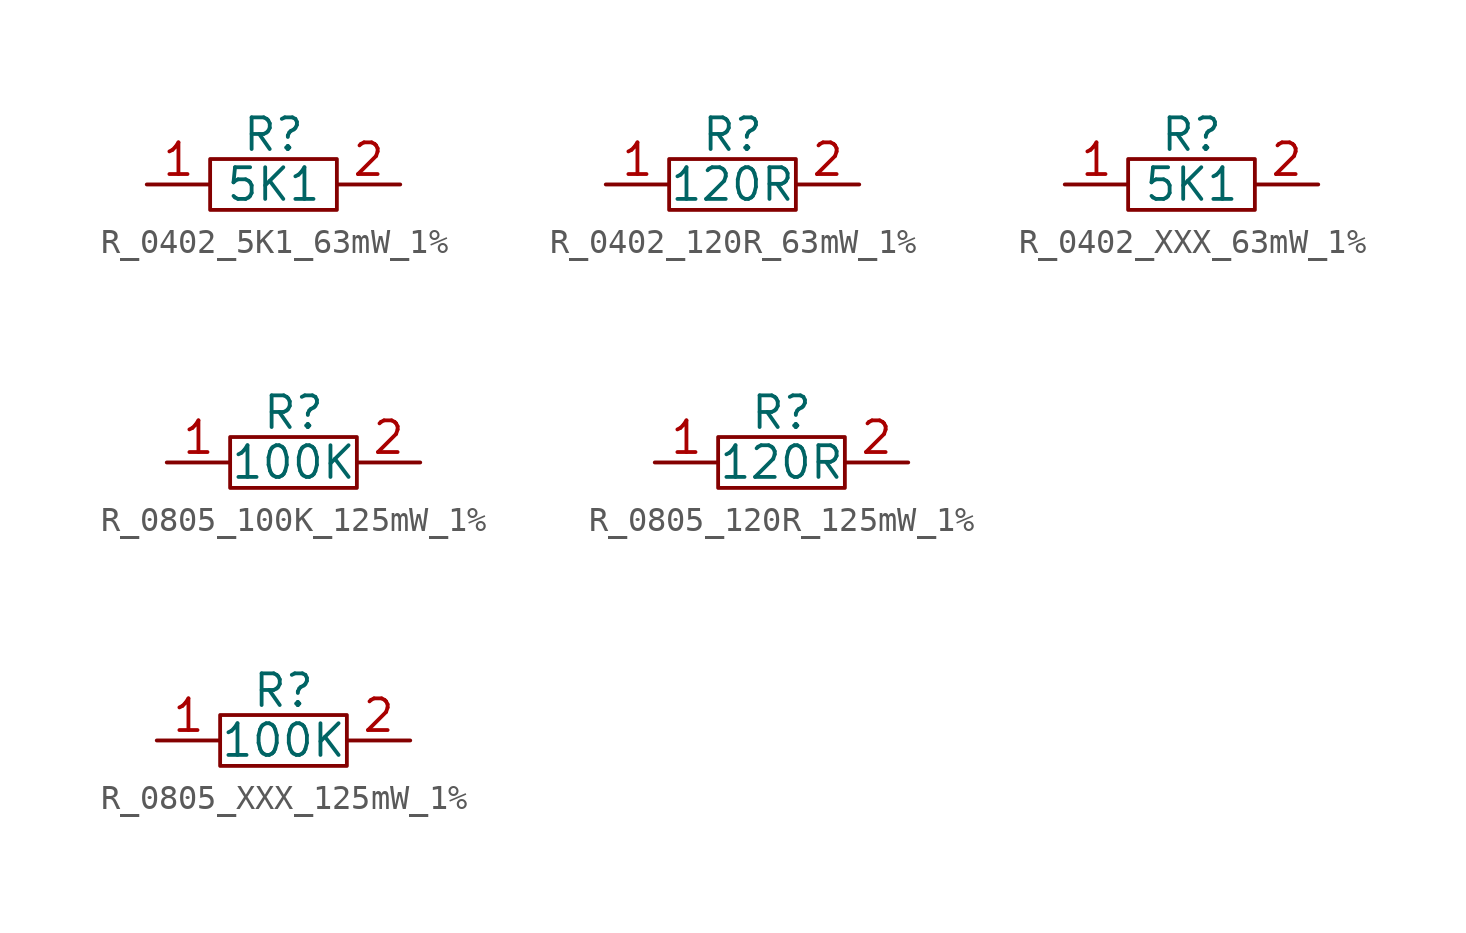
<source format=kicad_sym>
(kicad_symbol_lib
  (version 20220914)
  (generator kicad_symbol_editor)
  (symbol "R_0402_5K1_63mW_1%"
    (property "Reference" "R"
      (at 0 2 0)
      (do_not_autoplace)
      (effects (font (size 1.27 1.27))))
    (property "Value" "5K1"
      (at 0 0 0)
      (do_not_autoplace)
      (effects (font (size 1.27 1.27))))
    (symbol "R_0402_5K1_63mW_1%_1_1"
      (rectangle (start -2.54 1.02) (end 2.54 -1.02) (stroke (width 0) (type default)) (fill (type none)))
      (pin input line (at -5.08 0 0) (length 2.54) (name "~" (effects (font (size 1.27 1.27)))) (number "1" (effects (font (size 1.27 1.27)))))
      (pin input line (at 5.08 0 180) (length 2.54) (name "~" (effects (font (size 1.27 1.27)))) (number "2" (effects (font (size 1.27 1.27)))))))
  (symbol "R_0402_120R_63mW_1%"
    (property "Reference" "R"
      (at 0 2 0)
      (do_not_autoplace)
      (effects (font (size 1.27 1.27))))
    (property "Value" "120R"
      (at 0 0 0)
      (do_not_autoplace)
      (effects (font (size 1.27 1.27))))
    (symbol "R_0402_120R_63mW_1%_1_1"
      (rectangle (start -2.54 1.02) (end 2.54 -1.02) (stroke (width 0) (type default)) (fill (type none)))
      (pin input line (at -5.08 0 0) (length 2.54) (name "~" (effects (font (size 1.27 1.27)))) (number "1" (effects (font (size 1.27 1.27)))))
      (pin input line (at 5.08 0 180) (length 2.54) (name "~" (effects (font (size 1.27 1.27)))) (number "2" (effects (font (size 1.27 1.27)))))))
  (symbol "R_0402_XXX_63mW_1%"
    (property "Reference" "R"
      (at 0 2 0)
      (do_not_autoplace)
      (effects (font (size 1.27 1.27))))
    (property "Value" "5K1"
      (at 0 0 0)
      (do_not_autoplace)
      (effects (font (size 1.27 1.27))))
    (symbol "R_0402_XXX_63mW_1%_1_1"
      (rectangle (start -2.54 1.02) (end 2.54 -1.02) (stroke (width 0) (type default)) (fill (type none)))
      (pin input line (at -5.08 0 0) (length 2.54) (name "~" (effects (font (size 1.27 1.27)))) (number "1" (effects (font (size 1.27 1.27)))))
      (pin input line (at 5.08 0 180) (length 2.54) (name "~" (effects (font (size 1.27 1.27)))) (number "2" (effects (font (size 1.27 1.27)))))))
  (symbol "R_0805_100K_125mW_1%"
    (property "Reference" "R"
      (at 0 2 0)
      (do_not_autoplace)
      (effects (font (size 1.27 1.27))))
    (property "Value" "100K"
      (at 0 0 0)
      (do_not_autoplace)
      (effects (font (size 1.27 1.27))))
    (symbol "R_0805_100K_125mW_1%_1_1"
      (rectangle (start -2.54 1.02) (end 2.54 -1.02) (stroke (width 0) (type default)) (fill (type none)))
      (pin input line (at -5.08 0 0) (length 2.54) (name "~" (effects (font (size 1.27 1.27)))) (number "1" (effects (font (size 1.27 1.27)))))
      (pin input line (at 5.08 0 180) (length 2.54) (name "~" (effects (font (size 1.27 1.27)))) (number "2" (effects (font (size 1.27 1.27)))))))
  (symbol "R_0805_120R_125mW_1%"
    (property "Reference" "R"
      (at 0 2 0)
      (do_not_autoplace)
      (effects (font (size 1.27 1.27))))
    (property "Value" "120R"
      (at 0 0 0)
      (do_not_autoplace)
      (effects (font (size 1.27 1.27))))
    (symbol "R_0805_120R_125mW_1%_1_1"
      (rectangle (start -2.54 1.02) (end 2.54 -1.02) (stroke (width 0) (type default)) (fill (type none)))
      (pin input line (at -5.08 0 0) (length 2.54) (name "~" (effects (font (size 1.27 1.27)))) (number "1" (effects (font (size 1.27 1.27)))))
      (pin input line (at 5.08 0 180) (length 2.54) (name "~" (effects (font (size 1.27 1.27)))) (number "2" (effects (font (size 1.27 1.27)))))))
  (symbol "R_0805_XXX_125mW_1%"
    (property "Reference" "R"
      (at 0 2 0)
      (do_not_autoplace)
      (effects (font (size 1.27 1.27))))
    (property "Value" "100K"
      (at 0 0 0)
      (do_not_autoplace)
      (effects (font (size 1.27 1.27))))
    (symbol "R_0805_XXX_125mW_1%_1_1"
      (rectangle (start -2.54 1.02) (end 2.54 -1.02) (stroke (width 0) (type default)) (fill (type none)))
      (pin input line (at -5.08 0 0) (length 2.54) (name "~" (effects (font (size 1.27 1.27)))) (number "1" (effects (font (size 1.27 1.27)))))
      (pin input line (at 5.08 0 180) (length 2.54) (name "~" (effects (font (size 1.27 1.27)))) (number "2" (effects (font (size 1.27 1.27))))))))
</source>
